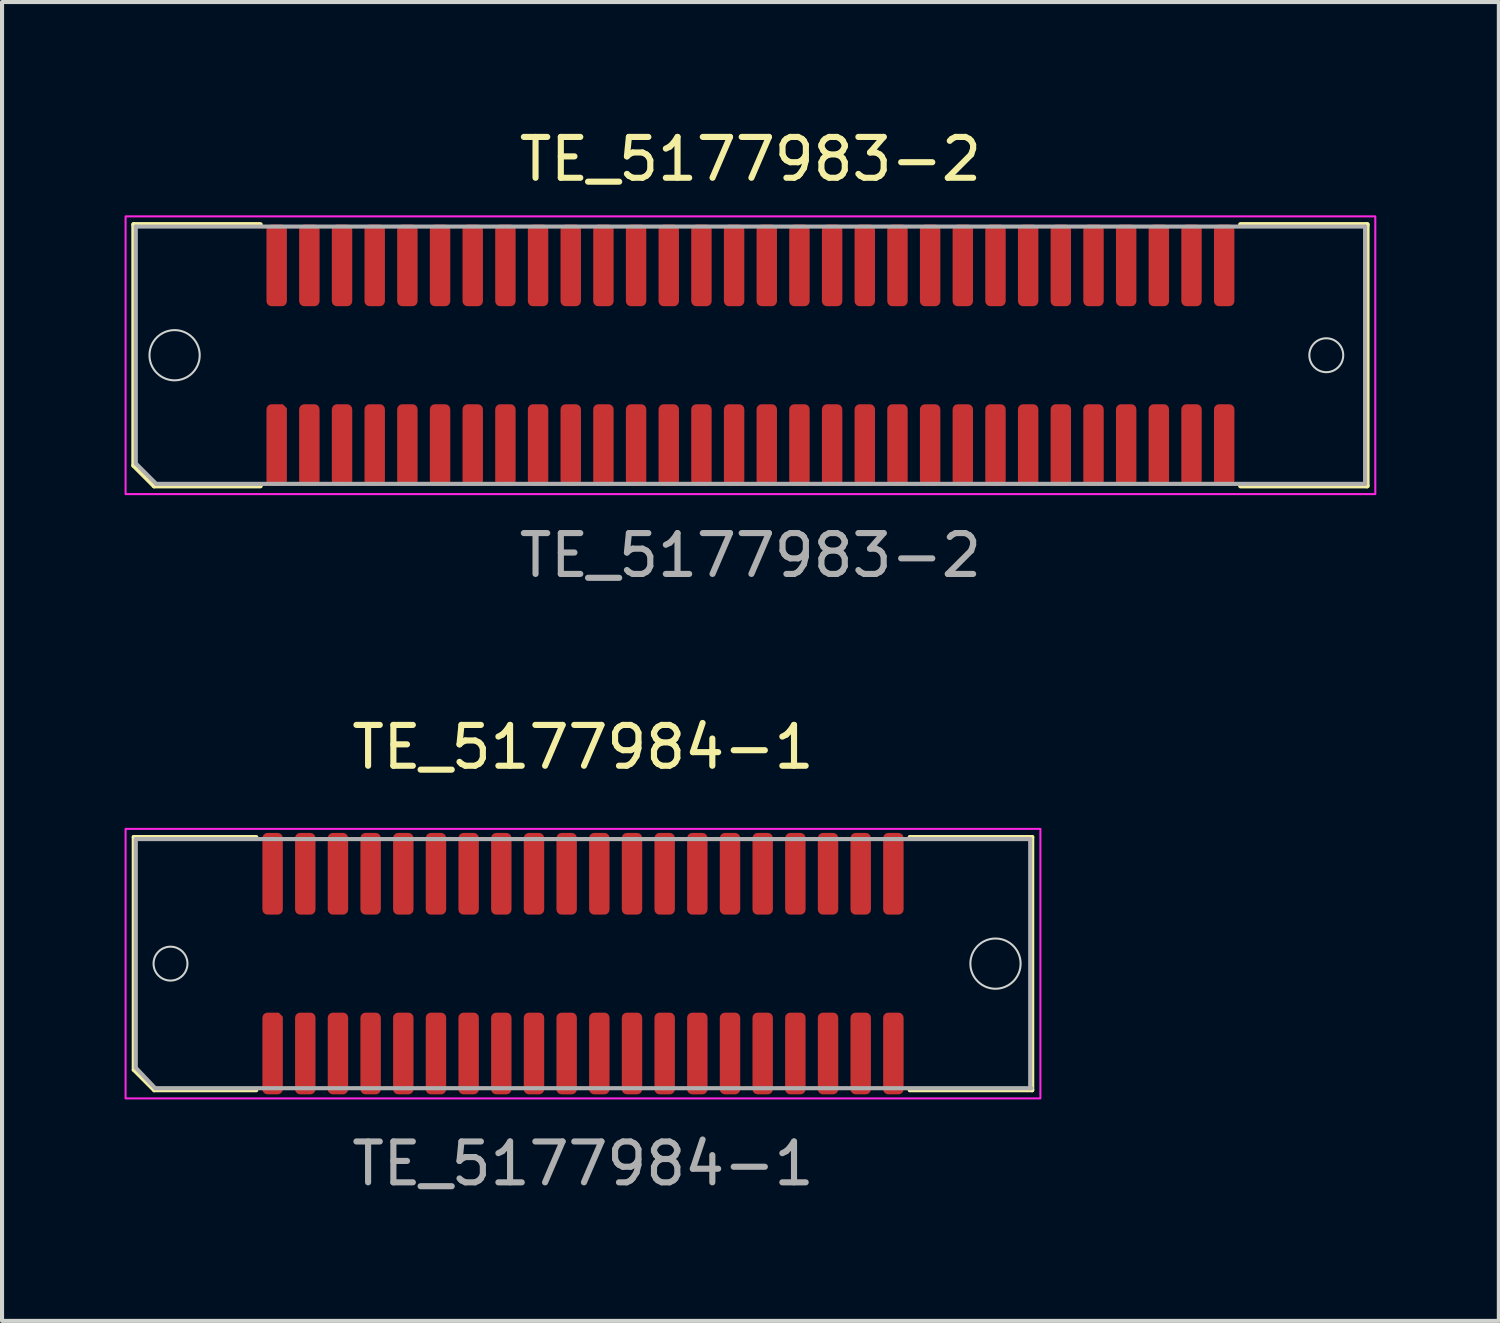
<source format=kicad_pcb>
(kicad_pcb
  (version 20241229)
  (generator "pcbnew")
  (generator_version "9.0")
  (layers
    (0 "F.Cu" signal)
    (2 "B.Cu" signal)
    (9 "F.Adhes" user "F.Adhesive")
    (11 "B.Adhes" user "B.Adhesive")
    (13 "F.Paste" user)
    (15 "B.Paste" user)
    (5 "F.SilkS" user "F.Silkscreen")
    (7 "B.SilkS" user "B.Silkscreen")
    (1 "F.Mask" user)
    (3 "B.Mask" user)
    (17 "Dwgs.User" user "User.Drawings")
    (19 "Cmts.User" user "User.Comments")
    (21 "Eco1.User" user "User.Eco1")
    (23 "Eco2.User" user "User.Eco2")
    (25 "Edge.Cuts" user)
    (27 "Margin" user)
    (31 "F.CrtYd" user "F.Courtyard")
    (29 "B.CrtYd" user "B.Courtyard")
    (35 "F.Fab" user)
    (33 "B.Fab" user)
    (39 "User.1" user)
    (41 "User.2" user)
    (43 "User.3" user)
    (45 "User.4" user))
  (footprint "TE_5177983-2"
    (layer "F.Cu")
    (at 15.325 5.648)
    (property "Reference" "TE_5177983-2" (at 0 -4.8 0) (layer "F.SilkS") (effects (font (size 1 1) (thickness 0.15))))
    (attr through_hole)
    (fp_line (start -15.1 -3.2) (end -15.1 2.7) (stroke (width 0.12) (type solid)) (layer "F.SilkS"))
    (fp_line (start -15.1 -3.2) (end -12 -3.2) (stroke (width 0.12) (type solid)) (layer "F.SilkS"))
    (fp_line (start -15.1 2.7) (end -14.6 3.2) (stroke (width 0.12) (type solid)) (layer "F.SilkS"))
    (fp_line (start -14.6 3.2) (end -12 3.2) (stroke (width 0.12) (type solid)) (layer "F.SilkS"))
    (fp_line (start 15.1 -3.2) (end 12 -3.2) (stroke (width 0.12) (type solid)) (layer "F.SilkS"))
    (fp_line (start 15.1 3.2) (end 12 3.2) (stroke (width 0.12) (type solid)) (layer "F.SilkS"))
    (fp_line (start 15.1 3.2) (end 15.1 -3.2) (stroke (width 0.12) (type solid)) (layer "F.SilkS"))
    (fp_circle (center -14.1 0) (end -13.485 0) (stroke (width 0.05) (type solid)) (fill no) (layer "Edge.Cuts"))
    (fp_circle (center 14.1 0) (end 14.515 0) (stroke (width 0.05) (type solid)) (fill no) (layer "Edge.Cuts"))
    (fp_rect (start -15.3 -3.4) (end 15.3 3.4) (stroke (width 0.05) (type solid)) (fill no) (layer "F.CrtYd"))
    (fp_line (start -15.05 -3.15) (end -15.05 2.65) (stroke (width 0.1) (type solid)) (layer "F.Fab"))
    (fp_line (start -15.05 2.65) (end -14.55 3.15) (stroke (width 0.1) (type solid)) (layer "F.Fab"))
    (fp_line (start -14.55 3.15) (end 15.05 3.15) (stroke (width 0.1) (type solid)) (layer "F.Fab"))
    (fp_line (start 15.05 -3.15) (end -15.05 -3.15) (stroke (width 0.1) (type solid)) (layer "F.Fab"))
    (fp_line (start 15.05 3.15) (end 15.05 -3.15) (stroke (width 0.1) (type solid)) (layer "F.Fab"))
    (fp_text user "${REFERENCE}" (at 0 4.9 0) (layer "F.Fab") (effects (font (size 1 1) (thickness 0.15))))
    (pad "1" smd roundrect (at -11.6 2.2) (size 0.5 2) (layers "F.Cu" "F.Mask" "F.Paste") (roundrect_rratio 0.25) (chamfer_ratio 0.2) (chamfer top_right))
    (pad "2" smd roundrect (at -11.6 -2.2) (size 0.5 2) (layers "F.Cu" "F.Mask" "F.Paste") (roundrect_rratio 0.25))
    (pad "3" smd roundrect (at -10.8 2.2) (size 0.5 2) (layers "F.Cu" "F.Mask" "F.Paste") (roundrect_rratio 0.25))
    (pad "4" smd roundrect (at -10.8 -2.2) (size 0.5 2) (layers "F.Cu" "F.Mask" "F.Paste") (roundrect_rratio 0.25))
    (pad "5" smd roundrect (at -10 2.2) (size 0.5 2) (layers "F.Cu" "F.Mask" "F.Paste") (roundrect_rratio 0.25))
    (pad "6" smd roundrect (at -10 -2.2) (size 0.5 2) (layers "F.Cu" "F.Mask" "F.Paste") (roundrect_rratio 0.25))
    (pad "7" smd roundrect (at -9.2 2.2) (size 0.5 2) (layers "F.Cu" "F.Mask" "F.Paste") (roundrect_rratio 0.25))
    (pad "8" smd roundrect (at -9.2 -2.2) (size 0.5 2) (layers "F.Cu" "F.Mask" "F.Paste") (roundrect_rratio 0.25))
    (pad "9" smd roundrect (at -8.4 2.2) (size 0.5 2) (layers "F.Cu" "F.Mask" "F.Paste") (roundrect_rratio 0.25))
    (pad "10" smd roundrect (at -8.4 -2.2) (size 0.5 2) (layers "F.Cu" "F.Mask" "F.Paste") (roundrect_rratio 0.25))
    (pad "11" smd roundrect (at -7.6 2.2) (size 0.5 2) (layers "F.Cu" "F.Mask" "F.Paste") (roundrect_rratio 0.25))
    (pad "12" smd roundrect (at -7.6 -2.2) (size 0.5 2) (layers "F.Cu" "F.Mask" "F.Paste") (roundrect_rratio 0.25))
    (pad "13" smd roundrect (at -6.8 2.2) (size 0.5 2) (layers "F.Cu" "F.Mask" "F.Paste") (roundrect_rratio 0.25))
    (pad "14" smd roundrect (at -6.8 -2.2) (size 0.5 2) (layers "F.Cu" "F.Mask" "F.Paste") (roundrect_rratio 0.25))
    (pad "15" smd roundrect (at -6 2.2) (size 0.5 2) (layers "F.Cu" "F.Mask" "F.Paste") (roundrect_rratio 0.25))
    (pad "16" smd roundrect (at -6 -2.2) (size 0.5 2) (layers "F.Cu" "F.Mask" "F.Paste") (roundrect_rratio 0.25))
    (pad "17" smd roundrect (at -5.2 2.2) (size 0.5 2) (layers "F.Cu" "F.Mask" "F.Paste") (roundrect_rratio 0.25))
    (pad "18" smd roundrect (at -5.2 -2.2) (size 0.5 2) (layers "F.Cu" "F.Mask" "F.Paste") (roundrect_rratio 0.25))
    (pad "19" smd roundrect (at -4.4 2.2) (size 0.5 2) (layers "F.Cu" "F.Mask" "F.Paste") (roundrect_rratio 0.25))
    (pad "20" smd roundrect (at -4.4 -2.2) (size 0.5 2) (layers "F.Cu" "F.Mask" "F.Paste") (roundrect_rratio 0.25))
    (pad "21" smd roundrect (at -3.6 2.2) (size 0.5 2) (layers "F.Cu" "F.Mask" "F.Paste") (roundrect_rratio 0.25))
    (pad "22" smd roundrect (at -3.6 -2.2) (size 0.5 2) (layers "F.Cu" "F.Mask" "F.Paste") (roundrect_rratio 0.25))
    (pad "23" smd roundrect (at -2.8 2.2) (size 0.5 2) (layers "F.Cu" "F.Mask" "F.Paste") (roundrect_rratio 0.25))
    (pad "24" smd roundrect (at -2.8 -2.2) (size 0.5 2) (layers "F.Cu" "F.Mask" "F.Paste") (roundrect_rratio 0.25))
    (pad "25" smd roundrect (at -2 2.2) (size 0.5 2) (layers "F.Cu" "F.Mask" "F.Paste") (roundrect_rratio 0.25))
    (pad "26" smd roundrect (at -2 -2.2) (size 0.5 2) (layers "F.Cu" "F.Mask" "F.Paste") (roundrect_rratio 0.25))
    (pad "27" smd roundrect (at -1.2 2.2) (size 0.5 2) (layers "F.Cu" "F.Mask" "F.Paste") (roundrect_rratio 0.25))
    (pad "28" smd roundrect (at -1.2 -2.2) (size 0.5 2) (layers "F.Cu" "F.Mask" "F.Paste") (roundrect_rratio 0.25))
    (pad "29" smd roundrect (at -0.4 2.2) (size 0.5 2) (layers "F.Cu" "F.Mask" "F.Paste") (roundrect_rratio 0.25))
    (pad "30" smd roundrect (at -0.4 -2.2) (size 0.5 2) (layers "F.Cu" "F.Mask" "F.Paste") (roundrect_rratio 0.25))
    (pad "31" smd roundrect (at 0.4 2.2) (size 0.5 2) (layers "F.Cu" "F.Mask" "F.Paste") (roundrect_rratio 0.25))
    (pad "32" smd roundrect (at 0.4 -2.2) (size 0.5 2) (layers "F.Cu" "F.Mask" "F.Paste") (roundrect_rratio 0.25))
    (pad "33" smd roundrect (at 1.2 2.2) (size 0.5 2) (layers "F.Cu" "F.Mask" "F.Paste") (roundrect_rratio 0.25))
    (pad "34" smd roundrect (at 1.2 -2.2) (size 0.5 2) (layers "F.Cu" "F.Mask" "F.Paste") (roundrect_rratio 0.25))
    (pad "35" smd roundrect (at 2 2.2) (size 0.5 2) (layers "F.Cu" "F.Mask" "F.Paste") (roundrect_rratio 0.25))
    (pad "36" smd roundrect (at 2 -2.2) (size 0.5 2) (layers "F.Cu" "F.Mask" "F.Paste") (roundrect_rratio 0.25))
    (pad "37" smd roundrect (at 2.8 2.2) (size 0.5 2) (layers "F.Cu" "F.Mask" "F.Paste") (roundrect_rratio 0.25))
    (pad "38" smd roundrect (at 2.8 -2.2) (size 0.5 2) (layers "F.Cu" "F.Mask" "F.Paste") (roundrect_rratio 0.25))
    (pad "39" smd roundrect (at 3.6 2.2) (size 0.5 2) (layers "F.Cu" "F.Mask" "F.Paste") (roundrect_rratio 0.25))
    (pad "40" smd roundrect (at 3.6 -2.2) (size 0.5 2) (layers "F.Cu" "F.Mask" "F.Paste") (roundrect_rratio 0.25))
    (pad "41" smd roundrect (at 4.4 2.2) (size 0.5 2) (layers "F.Cu" "F.Mask" "F.Paste") (roundrect_rratio 0.25))
    (pad "42" smd roundrect (at 4.4 -2.2) (size 0.5 2) (layers "F.Cu" "F.Mask" "F.Paste") (roundrect_rratio 0.25))
    (pad "43" smd roundrect (at 5.2 2.2) (size 0.5 2) (layers "F.Cu" "F.Mask" "F.Paste") (roundrect_rratio 0.25))
    (pad "44" smd roundrect (at 5.2 -2.2) (size 0.5 2) (layers "F.Cu" "F.Mask" "F.Paste") (roundrect_rratio 0.25))
    (pad "45" smd roundrect (at 6 2.2) (size 0.5 2) (layers "F.Cu" "F.Mask" "F.Paste") (roundrect_rratio 0.25))
    (pad "46" smd roundrect (at 6 -2.2) (size 0.5 2) (layers "F.Cu" "F.Mask" "F.Paste") (roundrect_rratio 0.25))
    (pad "47" smd roundrect (at 6.8 2.2) (size 0.5 2) (layers "F.Cu" "F.Mask" "F.Paste") (roundrect_rratio 0.25))
    (pad "48" smd roundrect (at 6.8 -2.2) (size 0.5 2) (layers "F.Cu" "F.Mask" "F.Paste") (roundrect_rratio 0.25))
    (pad "49" smd roundrect (at 7.6 2.2) (size 0.5 2) (layers "F.Cu" "F.Mask" "F.Paste") (roundrect_rratio 0.25))
    (pad "50" smd roundrect (at 7.6 -2.2) (size 0.5 2) (layers "F.Cu" "F.Mask" "F.Paste") (roundrect_rratio 0.25))
    (pad "51" smd roundrect (at 8.4 2.2) (size 0.5 2) (layers "F.Cu" "F.Mask" "F.Paste") (roundrect_rratio 0.25))
    (pad "52" smd roundrect (at 8.4 -2.2) (size 0.5 2) (layers "F.Cu" "F.Mask" "F.Paste") (roundrect_rratio 0.25))
    (pad "53" smd roundrect (at 9.2 2.2) (size 0.5 2) (layers "F.Cu" "F.Mask" "F.Paste") (roundrect_rratio 0.25))
    (pad "54" smd roundrect (at 9.2 -2.2) (size 0.5 2) (layers "F.Cu" "F.Mask" "F.Paste") (roundrect_rratio 0.25))
    (pad "55" smd roundrect (at 10 2.2) (size 0.5 2) (layers "F.Cu" "F.Mask" "F.Paste") (roundrect_rratio 0.25))
    (pad "56" smd roundrect (at 10 -2.2) (size 0.5 2) (layers "F.Cu" "F.Mask" "F.Paste") (roundrect_rratio 0.25))
    (pad "57" smd roundrect (at 10.8 2.2) (size 0.5 2) (layers "F.Cu" "F.Mask" "F.Paste") (roundrect_rratio 0.25))
    (pad "58" smd roundrect (at 10.8 -2.2) (size 0.5 2) (layers "F.Cu" "F.Mask" "F.Paste") (roundrect_rratio 0.25))
    (pad "59" smd roundrect (at 11.6 2.2) (size 0.5 2) (layers "F.Cu" "F.Mask" "F.Paste") (roundrect_rratio 0.25))
    (pad "60" smd roundrect (at 11.6 -2.2) (size 0.5 2) (layers "F.Cu" "F.Mask" "F.Paste") (roundrect_rratio 0.25)))
  (footprint "TE_5177984-1"
    (layer "F.Cu")
    (at 11.225 20.545)
    (property "Reference" "TE_5177984-1" (at 0 -5.3 0) (layer "F.SilkS") (effects (font (size 1 1) (thickness 0.15))))
    (attr through_hole)
    (fp_line (start -11 -3.1) (end -8 -3.1) (stroke (width 0.1) (type solid)) (layer "F.SilkS"))
    (fp_line (start -11 2.6) (end -11 -3.1) (stroke (width 0.1) (type solid)) (layer "F.SilkS"))
    (fp_line (start -11 2.6) (end -10.5 3.1) (stroke (width 0.1) (type solid)) (layer "F.SilkS"))
    (fp_line (start -10.5 3.1) (end -8 3.1) (stroke (width 0.1) (type solid)) (layer "F.SilkS"))
    (fp_line (start 8 3.1) (end 11 3.1) (stroke (width 0.1) (type solid)) (layer "F.SilkS"))
    (fp_line (start 11 -3.1) (end 8 -3.1) (stroke (width 0.1) (type solid)) (layer "F.SilkS"))
    (fp_line (start 11 3.1) (end 11 -3.1) (stroke (width 0.1) (type solid)) (layer "F.SilkS"))
    (fp_circle (center -10.1 0) (end -9.685 0) (stroke (width 0.05) (type solid)) (fill no) (layer "Edge.Cuts"))
    (fp_circle (center 10.1 0) (end 10.715 0) (stroke (width 0.05) (type solid)) (fill no) (layer "Edge.Cuts"))
    (fp_rect (start -11.2 -3.3) (end 11.2 3.3) (stroke (width 0.05) (type solid)) (fill no) (layer "F.CrtYd"))
    (fp_line (start -10.95 -3.05) (end -10.95 2.55) (stroke (width 0.1) (type solid)) (layer "F.Fab"))
    (fp_line (start -10.95 2.55) (end -10.475 3.05) (stroke (width 0.1) (type solid)) (layer "F.Fab"))
    (fp_line (start -10.475 3.05) (end 10.975 3.05) (stroke (width 0.1) (type solid)) (layer "F.Fab"))
    (fp_line (start 10.95 -3.05) (end -10.95 -3.05) (stroke (width 0.1) (type solid)) (layer "F.Fab"))
    (fp_line (start 10.95 3.05) (end 10.95 -3.05) (stroke (width 0.1) (type solid)) (layer "F.Fab"))
    (fp_text user "${REFERENCE}" (at 0 4.9 0) (layer "F.Fab") (effects (font (size 1 1) (thickness 0.15))))
    (pad "1" smd roundrect (at -7.6 2.2) (size 0.5 2) (layers "F.Cu" "F.Mask" "F.Paste") (roundrect_rratio 0.25) (chamfer_ratio 0.2) (chamfer top_right))
    (pad "2" smd roundrect (at -7.6 -2.2) (size 0.5 2) (layers "F.Cu" "F.Mask" "F.Paste") (roundrect_rratio 0.25))
    (pad "3" smd roundrect (at -6.8 2.2) (size 0.5 2) (layers "F.Cu" "F.Mask" "F.Paste") (roundrect_rratio 0.25))
    (pad "4" smd roundrect (at -6.8 -2.2) (size 0.5 2) (layers "F.Cu" "F.Mask" "F.Paste") (roundrect_rratio 0.25))
    (pad "5" smd roundrect (at -6 2.2) (size 0.5 2) (layers "F.Cu" "F.Mask" "F.Paste") (roundrect_rratio 0.25))
    (pad "6" smd roundrect (at -6 -2.2) (size 0.5 2) (layers "F.Cu" "F.Mask" "F.Paste") (roundrect_rratio 0.25))
    (pad "7" smd roundrect (at -5.2 2.2) (size 0.5 2) (layers "F.Cu" "F.Mask" "F.Paste") (roundrect_rratio 0.25))
    (pad "8" smd roundrect (at -5.2 -2.2) (size 0.5 2) (layers "F.Cu" "F.Mask" "F.Paste") (roundrect_rratio 0.25))
    (pad "9" smd roundrect (at -4.4 2.2) (size 0.5 2) (layers "F.Cu" "F.Mask" "F.Paste") (roundrect_rratio 0.25))
    (pad "10" smd roundrect (at -4.4 -2.2) (size 0.5 2) (layers "F.Cu" "F.Mask" "F.Paste") (roundrect_rratio 0.25))
    (pad "11" smd roundrect (at -3.6 2.2) (size 0.5 2) (layers "F.Cu" "F.Mask" "F.Paste") (roundrect_rratio 0.25))
    (pad "12" smd roundrect (at -3.6 -2.2) (size 0.5 2) (layers "F.Cu" "F.Mask" "F.Paste") (roundrect_rratio 0.25))
    (pad "13" smd roundrect (at -2.8 2.2) (size 0.5 2) (layers "F.Cu" "F.Mask" "F.Paste") (roundrect_rratio 0.25))
    (pad "14" smd roundrect (at -2.8 -2.2) (size 0.5 2) (layers "F.Cu" "F.Mask" "F.Paste") (roundrect_rratio 0.25))
    (pad "15" smd roundrect (at -2 2.2) (size 0.5 2) (layers "F.Cu" "F.Mask" "F.Paste") (roundrect_rratio 0.25))
    (pad "16" smd roundrect (at -2 -2.2) (size 0.5 2) (layers "F.Cu" "F.Mask" "F.Paste") (roundrect_rratio 0.25))
    (pad "17" smd roundrect (at -1.2 2.2) (size 0.5 2) (layers "F.Cu" "F.Mask" "F.Paste") (roundrect_rratio 0.25))
    (pad "18" smd roundrect (at -1.2 -2.2) (size 0.5 2) (layers "F.Cu" "F.Mask" "F.Paste") (roundrect_rratio 0.25))
    (pad "19" smd roundrect (at -0.4 2.2) (size 0.5 2) (layers "F.Cu" "F.Mask" "F.Paste") (roundrect_rratio 0.25))
    (pad "20" smd roundrect (at -0.4 -2.2) (size 0.5 2) (layers "F.Cu" "F.Mask" "F.Paste") (roundrect_rratio 0.25))
    (pad "21" smd roundrect (at 0.4 2.2) (size 0.5 2) (layers "F.Cu" "F.Mask" "F.Paste") (roundrect_rratio 0.25))
    (pad "22" smd roundrect (at 0.4 -2.2) (size 0.5 2) (layers "F.Cu" "F.Mask" "F.Paste") (roundrect_rratio 0.25))
    (pad "23" smd roundrect (at 1.2 2.2) (size 0.5 2) (layers "F.Cu" "F.Mask" "F.Paste") (roundrect_rratio 0.25))
    (pad "24" smd roundrect (at 1.2 -2.2) (size 0.5 2) (layers "F.Cu" "F.Mask" "F.Paste") (roundrect_rratio 0.25))
    (pad "25" smd roundrect (at 2 2.2) (size 0.5 2) (layers "F.Cu" "F.Mask" "F.Paste") (roundrect_rratio 0.25))
    (pad "26" smd roundrect (at 2 -2.2) (size 0.5 2) (layers "F.Cu" "F.Mask" "F.Paste") (roundrect_rratio 0.25))
    (pad "27" smd roundrect (at 2.8 2.2) (size 0.5 2) (layers "F.Cu" "F.Mask" "F.Paste") (roundrect_rratio 0.25))
    (pad "28" smd roundrect (at 2.8 -2.2) (size 0.5 2) (layers "F.Cu" "F.Mask" "F.Paste") (roundrect_rratio 0.25))
    (pad "29" smd roundrect (at 3.6 2.2) (size 0.5 2) (layers "F.Cu" "F.Mask" "F.Paste") (roundrect_rratio 0.25))
    (pad "30" smd roundrect (at 3.6 -2.2) (size 0.5 2) (layers "F.Cu" "F.Mask" "F.Paste") (roundrect_rratio 0.25))
    (pad "31" smd roundrect (at 4.4 2.2) (size 0.5 2) (layers "F.Cu" "F.Mask" "F.Paste") (roundrect_rratio 0.25))
    (pad "32" smd roundrect (at 4.4 -2.2) (size 0.5 2) (layers "F.Cu" "F.Mask" "F.Paste") (roundrect_rratio 0.25))
    (pad "33" smd roundrect (at 5.2 2.2) (size 0.5 2) (layers "F.Cu" "F.Mask" "F.Paste") (roundrect_rratio 0.25))
    (pad "34" smd roundrect (at 5.2 -2.2) (size 0.5 2) (layers "F.Cu" "F.Mask" "F.Paste") (roundrect_rratio 0.25))
    (pad "35" smd roundrect (at 6 2.2) (size 0.5 2) (layers "F.Cu" "F.Mask" "F.Paste") (roundrect_rratio 0.25))
    (pad "36" smd roundrect (at 6 -2.2) (size 0.5 2) (layers "F.Cu" "F.Mask" "F.Paste") (roundrect_rratio 0.25))
    (pad "37" smd roundrect (at 6.8 2.2) (size 0.5 2) (layers "F.Cu" "F.Mask" "F.Paste") (roundrect_rratio 0.25))
    (pad "38" smd roundrect (at 6.8 -2.2) (size 0.5 2) (layers "F.Cu" "F.Mask" "F.Paste") (roundrect_rratio 0.25))
    (pad "39" smd roundrect (at 7.6 2.2) (size 0.5 2) (layers "F.Cu" "F.Mask" "F.Paste") (roundrect_rratio 0.25))
    (pad "40" smd roundrect (at 7.6 -2.2) (size 0.5 2) (layers "F.Cu" "F.Mask" "F.Paste") (roundrect_rratio 0.25)))
  (gr_rect
    (start -3 -3)
    (end 33.65 29.293)
    (stroke (width 0.1) (type default))
    (fill no)
    (layer "Edge.Cuts")))
</source>
